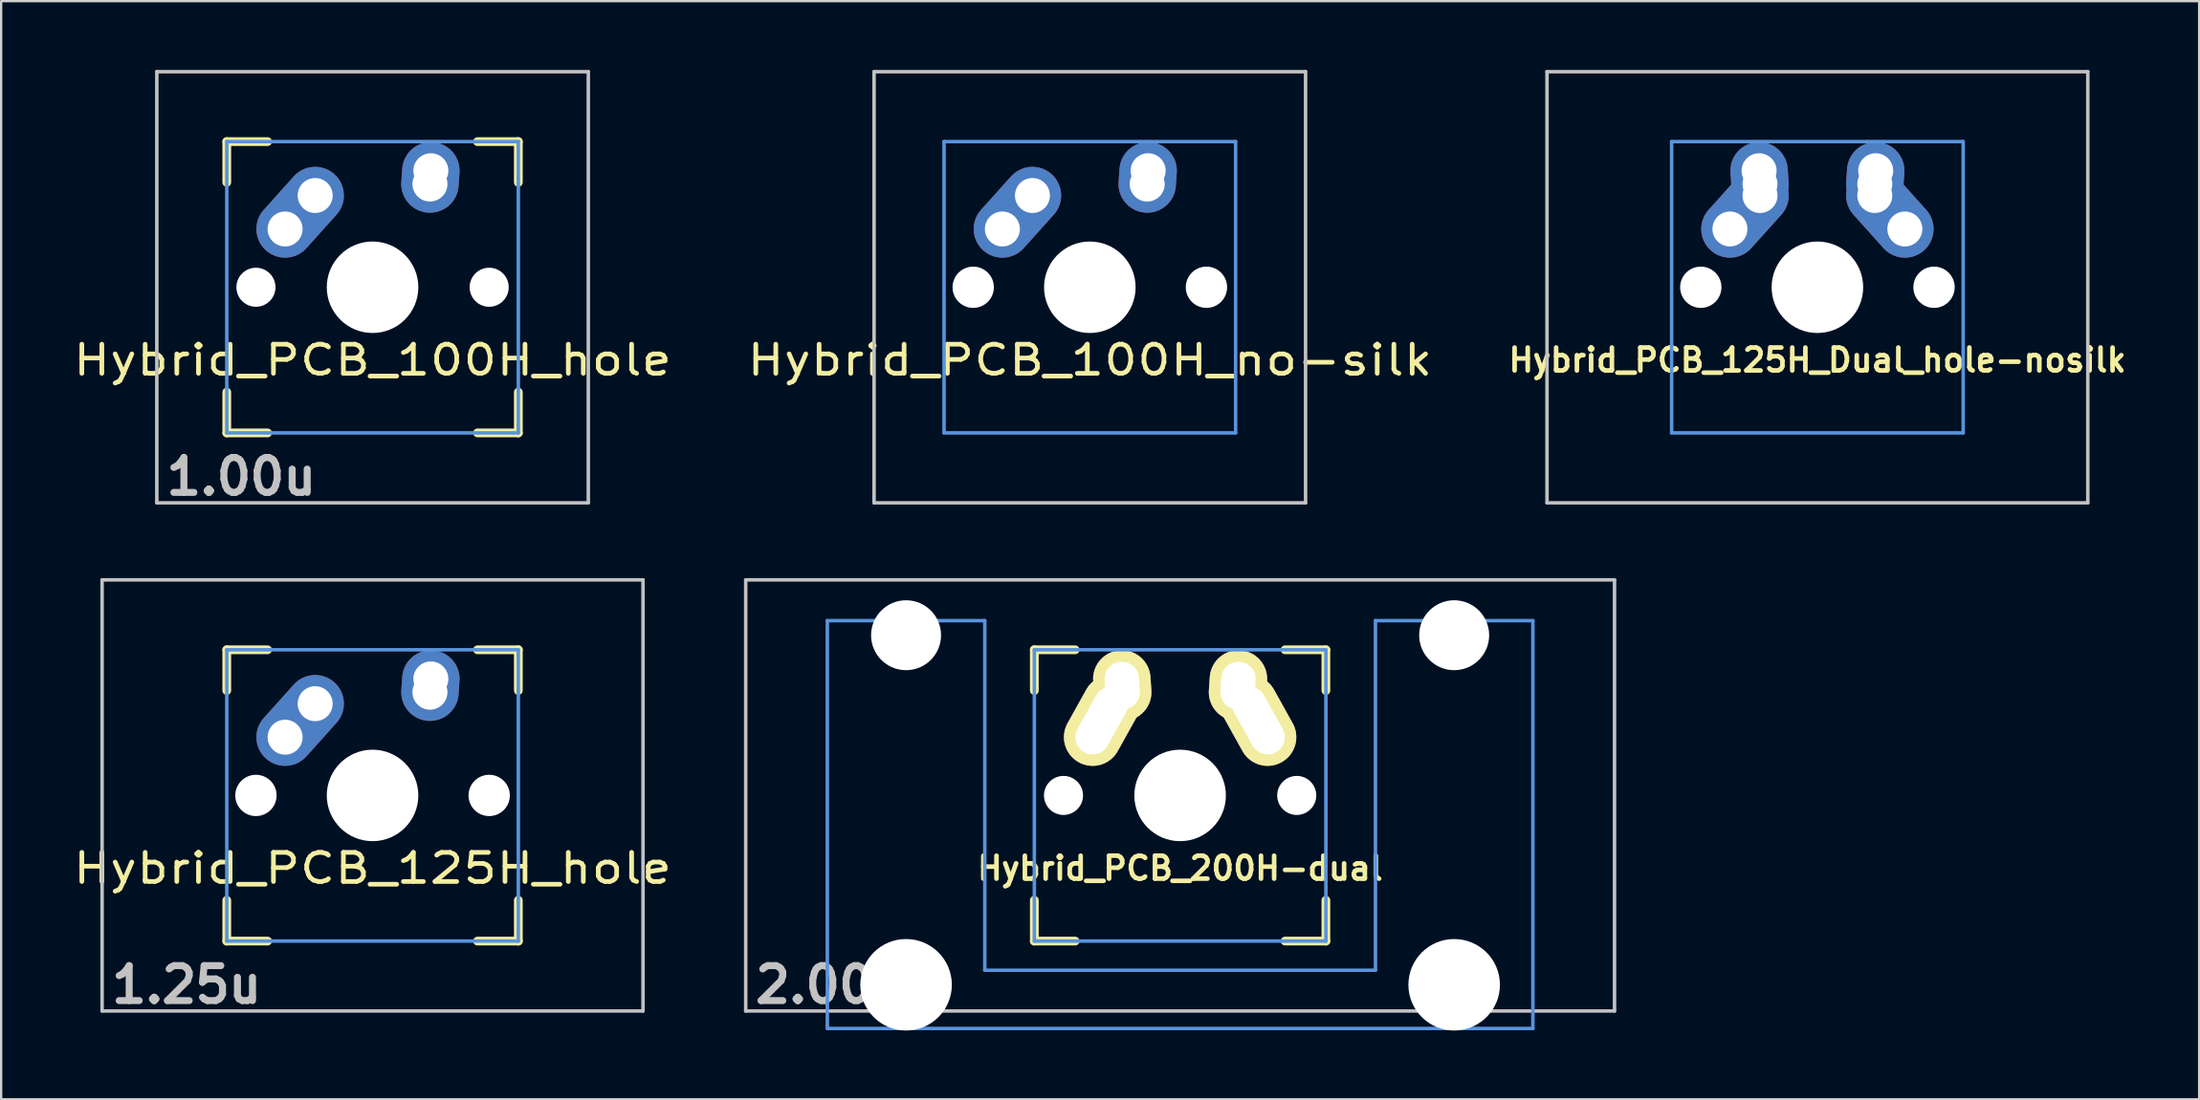
<source format=kicad_pcb>
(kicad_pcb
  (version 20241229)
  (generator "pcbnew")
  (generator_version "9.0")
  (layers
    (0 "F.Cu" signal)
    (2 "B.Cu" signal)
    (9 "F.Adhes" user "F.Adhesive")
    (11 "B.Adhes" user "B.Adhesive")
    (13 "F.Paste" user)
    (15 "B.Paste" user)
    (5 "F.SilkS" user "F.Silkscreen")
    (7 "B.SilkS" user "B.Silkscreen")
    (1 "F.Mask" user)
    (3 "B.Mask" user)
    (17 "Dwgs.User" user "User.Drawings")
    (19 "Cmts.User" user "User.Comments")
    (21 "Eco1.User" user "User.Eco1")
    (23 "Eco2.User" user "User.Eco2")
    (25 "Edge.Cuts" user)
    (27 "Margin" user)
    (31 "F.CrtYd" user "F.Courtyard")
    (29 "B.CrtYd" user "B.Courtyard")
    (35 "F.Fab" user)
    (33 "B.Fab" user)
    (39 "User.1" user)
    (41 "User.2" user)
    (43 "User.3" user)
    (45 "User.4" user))
  (footprint "Hybrid_PCB_200H-dual"
    (layer "F.Cu")
    (at 48.357 31.63)
    (property "Reference" "Hybrid_PCB_200H-dual" (at 0 3.175 0) (layer "F.SilkS") (effects (font (size 1 1) (thickness 0.2))))
    (attr through_hole)
    (fp_line (start -6.35 -6.35) (end -4.572 -6.35) (stroke (width 0.381) (type solid)) (layer "F.SilkS"))
    (fp_line (start -6.35 -4.572) (end -6.35 -6.35) (stroke (width 0.381) (type solid)) (layer "F.SilkS"))
    (fp_line (start -6.35 6.35) (end -6.35 4.572) (stroke (width 0.381) (type solid)) (layer "F.SilkS"))
    (fp_line (start -4.572 6.35) (end -6.35 6.35) (stroke (width 0.381) (type solid)) (layer "F.SilkS"))
    (fp_line (start 4.572 -6.35) (end 6.35 -6.35) (stroke (width 0.381) (type solid)) (layer "F.SilkS"))
    (fp_line (start 6.35 -6.35) (end 6.35 -4.572) (stroke (width 0.381) (type solid)) (layer "F.SilkS"))
    (fp_line (start 6.35 4.572) (end 6.35 6.35) (stroke (width 0.381) (type solid)) (layer "F.SilkS"))
    (fp_line (start 6.35 6.35) (end 4.572 6.35) (stroke (width 0.381) (type solid)) (layer "F.SilkS"))
    (fp_line (start -18.923 -9.398) (end 18.923 -9.398) (stroke (width 0.152) (type solid)) (layer "Dwgs.User"))
    (fp_line (start -18.923 9.398) (end -18.923 -9.398) (stroke (width 0.152) (type solid)) (layer "Dwgs.User"))
    (fp_line (start 18.923 -9.398) (end 18.923 9.398) (stroke (width 0.152) (type solid)) (layer "Dwgs.User"))
    (fp_line (start 18.923 9.398) (end -18.923 9.398) (stroke (width 0.152) (type solid)) (layer "Dwgs.User"))
    (fp_line (start -15.367 -7.62) (end -15.367 10.16) (stroke (width 0.152) (type solid)) (layer "Cmts.User"))
    (fp_line (start -15.367 10.16) (end 15.367 10.16) (stroke (width 0.152) (type solid)) (layer "Cmts.User"))
    (fp_line (start -8.509 -7.62) (end -15.367 -7.62) (stroke (width 0.152) (type solid)) (layer "Cmts.User"))
    (fp_line (start -8.509 7.62) (end -8.509 -7.62) (stroke (width 0.152) (type solid)) (layer "Cmts.User"))
    (fp_line (start -6.35 -6.35) (end 6.35 -6.35) (stroke (width 0.152) (type solid)) (layer "Cmts.User"))
    (fp_line (start -6.35 6.35) (end -6.35 -6.35) (stroke (width 0.152) (type solid)) (layer "Cmts.User"))
    (fp_line (start 6.35 -6.35) (end 6.35 6.35) (stroke (width 0.152) (type solid)) (layer "Cmts.User"))
    (fp_line (start 6.35 6.35) (end -6.35 6.35) (stroke (width 0.152) (type solid)) (layer "Cmts.User"))
    (fp_line (start 8.509 -7.62) (end 8.509 7.62) (stroke (width 0.152) (type solid)) (layer "Cmts.User"))
    (fp_line (start 8.509 7.62) (end -8.509 7.62) (stroke (width 0.152) (type solid)) (layer "Cmts.User"))
    (fp_line (start 15.367 -7.62) (end 8.509 -7.62) (stroke (width 0.152) (type solid)) (layer "Cmts.User"))
    (fp_line (start 15.367 10.16) (end 15.367 -7.62) (stroke (width 0.152) (type solid)) (layer "Cmts.User"))
    (fp_line (start -16.129 -2.286) (end -15.265 -2.286) (stroke (width 0.152) (type solid)) (layer "Eco2.User"))
    (fp_line (start -16.129 0.508) (end -16.129 -2.286) (stroke (width 0.152) (type solid)) (layer "Eco2.User"))
    (fp_line (start -15.265 -5.69) (end -8.611 -5.69) (stroke (width 0.152) (type solid)) (layer "Eco2.User"))
    (fp_line (start -15.265 -2.286) (end -15.265 -5.69) (stroke (width 0.152) (type solid)) (layer "Eco2.User"))
    (fp_line (start -15.265 0.508) (end -16.129 0.508) (stroke (width 0.152) (type solid)) (layer "Eco2.User"))
    (fp_line (start -15.265 6.604) (end -15.265 0.508) (stroke (width 0.152) (type solid)) (layer "Eco2.User"))
    (fp_line (start -14.224 6.604) (end -15.265 6.604) (stroke (width 0.152) (type solid)) (layer "Eco2.User"))
    (fp_line (start -14.224 7.772) (end -14.224 6.604) (stroke (width 0.152) (type solid)) (layer "Eco2.User"))
    (fp_line (start -9.652 6.604) (end -9.652 7.772) (stroke (width 0.152) (type solid)) (layer "Eco2.User"))
    (fp_line (start -9.652 7.772) (end -14.224 7.772) (stroke (width 0.152) (type solid)) (layer "Eco2.User"))
    (fp_line (start -8.611 -5.69) (end -8.611 -4.877) (stroke (width 0.152) (type solid)) (layer "Eco2.User"))
    (fp_line (start -8.611 -4.877) (end -6.985 -4.877) (stroke (width 0.152) (type solid)) (layer "Eco2.User"))
    (fp_line (start -8.611 5.817) (end -8.611 6.604) (stroke (width 0.152) (type solid)) (layer "Eco2.User"))
    (fp_line (start -8.611 6.604) (end -9.652 6.604) (stroke (width 0.152) (type solid)) (layer "Eco2.User"))
    (fp_line (start -6.985 -6.985) (end 6.985 -6.985) (stroke (width 0.152) (type solid)) (layer "Eco2.User"))
    (fp_line (start -6.985 -4.877) (end -6.985 -6.985) (stroke (width 0.152) (type solid)) (layer "Eco2.User"))
    (fp_line (start -6.985 5.817) (end -8.611 5.817) (stroke (width 0.152) (type solid)) (layer "Eco2.User"))
    (fp_line (start -6.985 6.985) (end -6.985 5.817) (stroke (width 0.152) (type solid)) (layer "Eco2.User"))
    (fp_line (start 6.985 -6.985) (end 6.985 -4.877) (stroke (width 0.152) (type solid)) (layer "Eco2.User"))
    (fp_line (start 6.985 -4.877) (end 8.611 -4.877) (stroke (width 0.152) (type solid)) (layer "Eco2.User"))
    (fp_line (start 6.985 5.817) (end 6.985 6.985) (stroke (width 0.152) (type solid)) (layer "Eco2.User"))
    (fp_line (start 6.985 6.985) (end -6.985 6.985) (stroke (width 0.152) (type solid)) (layer "Eco2.User"))
    (fp_line (start 8.611 -5.69) (end 15.265 -5.69) (stroke (width 0.152) (type solid)) (layer "Eco2.User"))
    (fp_line (start 8.611 -4.877) (end 8.611 -5.69) (stroke (width 0.152) (type solid)) (layer "Eco2.User"))
    (fp_line (start 8.611 5.817) (end 6.985 5.817) (stroke (width 0.152) (type solid)) (layer "Eco2.User"))
    (fp_line (start 8.611 6.604) (end 8.611 5.817) (stroke (width 0.152) (type solid)) (layer "Eco2.User"))
    (fp_line (start 9.652 6.604) (end 8.611 6.604) (stroke (width 0.152) (type solid)) (layer "Eco2.User"))
    (fp_line (start 9.652 7.772) (end 9.652 6.604) (stroke (width 0.152) (type solid)) (layer "Eco2.User"))
    (fp_line (start 14.224 6.604) (end 14.224 7.772) (stroke (width 0.152) (type solid)) (layer "Eco2.User"))
    (fp_line (start 14.224 7.772) (end 9.652 7.772) (stroke (width 0.152) (type solid)) (layer "Eco2.User"))
    (fp_line (start 15.265 -5.69) (end 15.265 -2.286) (stroke (width 0.152) (type solid)) (layer "Eco2.User"))
    (fp_line (start 15.265 -2.286) (end 16.129 -2.286) (stroke (width 0.152) (type solid)) (layer "Eco2.User"))
    (fp_line (start 15.265 0.508) (end 15.265 6.604) (stroke (width 0.152) (type solid)) (layer "Eco2.User"))
    (fp_line (start 15.265 6.604) (end 14.224 6.604) (stroke (width 0.152) (type solid)) (layer "Eco2.User"))
    (fp_line (start 16.129 -2.286) (end 16.129 0.508) (stroke (width 0.152) (type solid)) (layer "Eco2.User"))
    (fp_line (start 16.129 0.508) (end 15.265 0.508) (stroke (width 0.152) (type solid)) (layer "Eco2.User"))
    (fp_text user "2.00u" (at -15.24 8.255 0) (layer "Dwgs.User") (effects (font (size 1.524 1.524) (thickness 0.305))))
    (pad "" np_thru_hole circle (at -11.938 -6.985) (size 3.048 3.048) (drill 3.048) (layers "*.Cu"))
    (pad "" np_thru_hole circle (at -11.938 8.255) (size 3.988 3.988) (drill 3.988) (layers "*.Cu"))
    (pad "" np_thru_hole circle (at -5.08 0) (size 1.702 1.702) (drill 1.702) (layers "*.Cu"))
    (pad "" np_thru_hole circle (at 0 0) (size 3.988 3.988) (drill 3.988) (layers "*.Cu"))
    (pad "" np_thru_hole circle (at 5.08 0) (size 1.702 1.702) (drill 1.702) (layers "*.Cu"))
    (pad "" np_thru_hole circle (at 11.938 -6.985) (size 3.048 3.048) (drill 3.048) (layers "*.Cu"))
    (pad "" np_thru_hole circle (at 11.938 8.255) (size 3.988 3.988) (drill 3.988) (layers "*.Cu"))
    (pad "1" thru_hole oval (at -3.405 -3.27 330.95) (size 2.5 4.17) (drill oval 1.5 3.17) (layers "*.Cu" "*.Mask" "F.SilkS"))
    (pad "1" thru_hole oval (at -2.52 -4.79 3.9) (size 2.5 3.08) (drill oval 1.5 2.08) (layers "*.Cu" "*.Mask" "F.SilkS"))
    (pad "2" thru_hole oval (at 2.52 -4.79 356.1) (size 2.5 3.08) (drill oval 1.5 2.08) (layers "*.Cu" "*.Mask" "F.SilkS"))
    (pad "2" thru_hole oval (at 3.405 -3.27 29.05) (size 2.5 4.17) (drill oval 1.5 3.17) (layers "*.Cu" "*.Mask" "F.SilkS")))
  (footprint "Hybrid_PCB_125H_hole"
    (layer "F.Cu")
    (at 13.179 31.63)
    (property "Reference" "Hybrid_PCB_125H_hole" (at 0 3.175 0) (layer "F.SilkS") (effects (font (size 1.27 1.524) (thickness 0.203))))
    (attr through_hole)
    (fp_line (start -6.35 -6.35) (end -4.572 -6.35) (stroke (width 0.381) (type solid)) (layer "F.SilkS"))
    (fp_line (start -6.35 -4.572) (end -6.35 -6.35) (stroke (width 0.381) (type solid)) (layer "F.SilkS"))
    (fp_line (start -6.35 6.35) (end -6.35 4.572) (stroke (width 0.381) (type solid)) (layer "F.SilkS"))
    (fp_line (start -4.572 6.35) (end -6.35 6.35) (stroke (width 0.381) (type solid)) (layer "F.SilkS"))
    (fp_line (start 4.572 -6.35) (end 6.35 -6.35) (stroke (width 0.381) (type solid)) (layer "F.SilkS"))
    (fp_line (start 6.35 -6.35) (end 6.35 -4.572) (stroke (width 0.381) (type solid)) (layer "F.SilkS"))
    (fp_line (start 6.35 4.572) (end 6.35 6.35) (stroke (width 0.381) (type solid)) (layer "F.SilkS"))
    (fp_line (start 6.35 6.35) (end 4.572 6.35) (stroke (width 0.381) (type solid)) (layer "F.SilkS"))
    (fp_line (start -11.781 -9.398) (end 11.781 -9.398) (stroke (width 0.152) (type solid)) (layer "Dwgs.User"))
    (fp_line (start -11.781 9.398) (end -11.781 -9.398) (stroke (width 0.152) (type solid)) (layer "Dwgs.User"))
    (fp_line (start 11.781 -9.398) (end 11.781 9.398) (stroke (width 0.152) (type solid)) (layer "Dwgs.User"))
    (fp_line (start 11.781 9.398) (end -11.781 9.398) (stroke (width 0.152) (type solid)) (layer "Dwgs.User"))
    (fp_line (start -6.35 -6.35) (end 6.35 -6.35) (stroke (width 0.152) (type solid)) (layer "Cmts.User"))
    (fp_line (start -6.35 6.35) (end -6.35 -6.35) (stroke (width 0.152) (type solid)) (layer "Cmts.User"))
    (fp_line (start 6.35 -6.35) (end 6.35 6.35) (stroke (width 0.152) (type solid)) (layer "Cmts.User"))
    (fp_line (start 6.35 6.35) (end -6.35 6.35) (stroke (width 0.152) (type solid)) (layer "Cmts.User"))
    (fp_line (start -6.985 -6.985) (end 6.985 -6.985) (stroke (width 0.152) (type solid)) (layer "Eco2.User"))
    (fp_line (start -6.985 6.985) (end -6.985 -6.985) (stroke (width 0.152) (type solid)) (layer "Eco2.User"))
    (fp_line (start 6.985 -6.985) (end 6.985 6.985) (stroke (width 0.152) (type solid)) (layer "Eco2.User"))
    (fp_line (start 6.985 6.985) (end -6.985 6.985) (stroke (width 0.152) (type solid)) (layer "Eco2.User"))
    (fp_text user "1.25u" (at -8.098 8.255 0) (layer "Dwgs.User") (effects (font (size 1.524 1.524) (thickness 0.305))))
    (pad "" np_thru_hole circle (at -5.08 0) (size 1.8 1.8) (drill 1.8) (layers "*.Cu"))
    (pad "" np_thru_hole circle (at 0 0) (size 3.988 3.988) (drill 3.988) (layers "*.Cu"))
    (pad "" np_thru_hole circle (at 5.08 0) (size 1.8 1.8) (drill 1.8) (layers "*.Cu"))
    (pad "1" thru_hole circle (at -3.81 -2.54 330.95) (size 2 2) (drill 1.524) (layers "*.Cu" "*.Mask"))
    (pad "1" thru_hole oval (at -3.155 -3.27 138.1) (size 2.5 4.462) (drill 0.001) (layers "*.Cu" "*.Mask"))
    (pad "1" thru_hole circle (at -2.5 -4 330.95) (size 2 2) (drill 1.524) (layers "*.Cu" "*.Mask"))
    (pad "2" thru_hole circle (at 2.5 -4.5 330.95) (size 2 2) (drill 1.524) (layers "*.Cu" "*.Mask"))
    (pad "2" thru_hole oval (at 2.52 -4.79 356.055) (size 2.5 3.081) (drill 0.001) (layers "*.Cu" "*.Mask"))
    (pad "2" thru_hole circle (at 2.54 -5.08 330.95) (size 2 2) (drill 1.524) (layers "*.Cu" "*.Mask")))
  (footprint "Hybrid_PCB_125H_Dual_hole-nosilk"
    (layer "F.Cu")
    (at 76.118 9.474)
    (property "Reference" "Hybrid_PCB_125H_Dual_hole-nosilk" (at 0 3.175 0) (layer "F.SilkS") (effects (font (size 1 1) (thickness 0.2))))
    (attr through_hole)
    (fp_line (start -11.779 -9.398) (end 11.779 -9.398) (stroke (width 0.152) (type solid)) (layer "Dwgs.User"))
    (fp_line (start -11.779 9.398) (end -11.779 -9.398) (stroke (width 0.152) (type solid)) (layer "Dwgs.User"))
    (fp_line (start 11.779 -9.398) (end 11.779 9.398) (stroke (width 0.152) (type solid)) (layer "Dwgs.User"))
    (fp_line (start 11.779 9.398) (end -11.779 9.398) (stroke (width 0.152) (type solid)) (layer "Dwgs.User"))
    (fp_line (start -6.35 -6.35) (end 6.35 -6.35) (stroke (width 0.152) (type solid)) (layer "Cmts.User"))
    (fp_line (start -6.35 6.35) (end -6.35 -6.35) (stroke (width 0.152) (type solid)) (layer "Cmts.User"))
    (fp_line (start 6.35 -6.35) (end 6.35 6.35) (stroke (width 0.152) (type solid)) (layer "Cmts.User"))
    (fp_line (start 6.35 6.35) (end -6.35 6.35) (stroke (width 0.152) (type solid)) (layer "Cmts.User"))
    (fp_line (start -6.985 -6.985) (end 6.985 -6.985) (stroke (width 0.152) (type solid)) (layer "Eco2.User"))
    (fp_line (start -6.985 6.985) (end -6.985 -6.985) (stroke (width 0.152) (type solid)) (layer "Eco2.User"))
    (fp_line (start 6.985 -6.985) (end 6.985 6.985) (stroke (width 0.152) (type solid)) (layer "Eco2.User"))
    (fp_line (start 6.985 6.985) (end -6.985 6.985) (stroke (width 0.152) (type solid)) (layer "Eco2.User"))
    (pad "" np_thru_hole circle (at -5.08 0) (size 1.8 1.8) (drill 1.8) (layers "*.Cu"))
    (pad "" np_thru_hole circle (at 0 0) (size 3.988 3.988) (drill 3.988) (layers "*.Cu"))
    (pad "" np_thru_hole circle (at 5.08 0) (size 1.8 1.8) (drill 1.8) (layers "*.Cu"))
    (pad "1" thru_hole circle (at -3.81 -2.54 330.95) (size 2 2) (drill 1.524) (layers "*.Cu" "*.Mask"))
    (pad "1" thru_hole oval (at -3.155 -3.27 138.1) (size 2.5 4.462) (drill 0.001) (layers "*.Cu" "*.Mask"))
    (pad "1" thru_hole circle (at -2.54 -5.08 330.95) (size 2 2) (drill 1.524) (layers "*.Cu" "*.Mask"))
    (pad "1" thru_hole oval (at -2.52 -4.79 3.945) (size 2.5 3.081) (drill 0.001) (layers "*.Cu" "*.Mask"))
    (pad "1" thru_hole circle (at -2.5 -4.5 330.95) (size 2 2) (drill 1.524) (layers "*.Cu" "*.Mask"))
    (pad "1" thru_hole circle (at -2.5 -4 330.95) (size 2 2) (drill 1.524) (layers "*.Cu" "*.Mask"))
    (pad "2" thru_hole circle (at 2.5 -4.5 330.95) (size 2 2) (drill 1.524) (layers "*.Cu" "*.Mask"))
    (pad "2" thru_hole circle (at 2.5 -4) (size 2 2) (drill 1.524) (layers "*.Cu" "*.Mask"))
    (pad "2" thru_hole oval (at 2.52 -4.79 356.055) (size 2.5 3.081) (drill 0.001) (layers "*.Cu" "*.Mask"))
    (pad "2" thru_hole circle (at 2.54 -5.08 330.95) (size 2 2) (drill 1.524) (layers "*.Cu" "*.Mask"))
    (pad "2" thru_hole oval (at 3.155 -3.27 221.9) (size 2.5 4.462) (drill 0.001) (layers "*.Cu" "*.Mask"))
    (pad "2" thru_hole circle (at 3.81 -2.54 330.95) (size 2 2) (drill 1.524) (layers "*.Cu" "*.Mask")))
  (footprint "Hybrid_PCB_100H_no-silk"
    (layer "F.Cu")
    (at 44.424 9.474)
    (property "Reference" "Hybrid_PCB_100H_no-silk" (at 0 3.175 0) (layer "F.SilkS") (effects (font (size 1.27 1.524) (thickness 0.203))))
    (attr through_hole)
    (fp_line (start -9.398 -9.398) (end 9.398 -9.398) (stroke (width 0.152) (type solid)) (layer "Dwgs.User"))
    (fp_line (start -9.398 9.398) (end -9.398 -9.398) (stroke (width 0.152) (type solid)) (layer "Dwgs.User"))
    (fp_line (start 9.398 -9.398) (end 9.398 9.398) (stroke (width 0.152) (type solid)) (layer "Dwgs.User"))
    (fp_line (start 9.398 9.398) (end -9.398 9.398) (stroke (width 0.152) (type solid)) (layer "Dwgs.User"))
    (fp_line (start -6.35 -6.35) (end 6.35 -6.35) (stroke (width 0.152) (type solid)) (layer "Cmts.User"))
    (fp_line (start -6.35 6.35) (end -6.35 -6.35) (stroke (width 0.152) (type solid)) (layer "Cmts.User"))
    (fp_line (start 6.35 -6.35) (end 6.35 6.35) (stroke (width 0.152) (type solid)) (layer "Cmts.User"))
    (fp_line (start 6.35 6.35) (end -6.35 6.35) (stroke (width 0.152) (type solid)) (layer "Cmts.User"))
    (fp_line (start -6.985 -6.985) (end 6.985 -6.985) (stroke (width 0.152) (type solid)) (layer "Eco2.User"))
    (fp_line (start -6.985 6.985) (end -6.985 -6.985) (stroke (width 0.152) (type solid)) (layer "Eco2.User"))
    (fp_line (start 6.985 -6.985) (end 6.985 6.985) (stroke (width 0.152) (type solid)) (layer "Eco2.User"))
    (fp_line (start 6.985 6.985) (end -6.985 6.985) (stroke (width 0.152) (type solid)) (layer "Eco2.User"))
    (pad "" np_thru_hole circle (at -5.08 0) (size 1.8 1.8) (drill 1.8) (layers "*.Cu"))
    (pad "" np_thru_hole circle (at 0 0) (size 3.988 3.988) (drill 3.988) (layers "*.Cu"))
    (pad "" np_thru_hole circle (at 5.08 0) (size 1.8 1.8) (drill 1.8) (layers "*.Cu"))
    (pad "1" thru_hole circle (at -3.81 -2.54 330.95) (size 2 2) (drill 1.524) (layers "*.Cu" "*.Mask"))
    (pad "1" thru_hole oval (at -3.155 -3.27 138.1) (size 2.5 4.462) (drill 0.001) (layers "*.Cu" "*.Mask"))
    (pad "1" thru_hole circle (at -2.5 -4 330.95) (size 2 2) (drill 1.524) (layers "*.Cu" "*.Mask"))
    (pad "2" thru_hole circle (at 2.5 -4.5 330.95) (size 2 2) (drill 1.524) (layers "*.Cu" "*.Mask"))
    (pad "2" thru_hole oval (at 2.52 -4.79 356.055) (size 2.5 3.081) (drill 0.001) (layers "*.Cu" "*.Mask"))
    (pad "2" thru_hole circle (at 2.54 -5.08 330.95) (size 2 2) (drill 1.524) (layers "*.Cu" "*.Mask")))
  (footprint "Hybrid_PCB_100H_hole"
    (layer "F.Cu")
    (at 13.179 9.474)
    (property "Reference" "Hybrid_PCB_100H_hole" (at 0 3.175 0) (layer "F.SilkS") (effects (font (size 1.27 1.524) (thickness 0.203))))
    (attr through_hole)
    (fp_line (start -6.35 -6.35) (end -4.572 -6.35) (stroke (width 0.381) (type solid)) (layer "F.SilkS"))
    (fp_line (start -6.35 -4.572) (end -6.35 -6.35) (stroke (width 0.381) (type solid)) (layer "F.SilkS"))
    (fp_line (start -6.35 6.35) (end -6.35 4.572) (stroke (width 0.381) (type solid)) (layer "F.SilkS"))
    (fp_line (start -4.572 6.35) (end -6.35 6.35) (stroke (width 0.381) (type solid)) (layer "F.SilkS"))
    (fp_line (start 4.572 -6.35) (end 6.35 -6.35) (stroke (width 0.381) (type solid)) (layer "F.SilkS"))
    (fp_line (start 6.35 -6.35) (end 6.35 -4.572) (stroke (width 0.381) (type solid)) (layer "F.SilkS"))
    (fp_line (start 6.35 4.572) (end 6.35 6.35) (stroke (width 0.381) (type solid)) (layer "F.SilkS"))
    (fp_line (start 6.35 6.35) (end 4.572 6.35) (stroke (width 0.381) (type solid)) (layer "F.SilkS"))
    (fp_line (start -9.398 -9.398) (end 9.398 -9.398) (stroke (width 0.152) (type solid)) (layer "Dwgs.User"))
    (fp_line (start -9.398 9.398) (end -9.398 -9.398) (stroke (width 0.152) (type solid)) (layer "Dwgs.User"))
    (fp_line (start 9.398 -9.398) (end 9.398 9.398) (stroke (width 0.152) (type solid)) (layer "Dwgs.User"))
    (fp_line (start 9.398 9.398) (end -9.398 9.398) (stroke (width 0.152) (type solid)) (layer "Dwgs.User"))
    (fp_line (start -6.35 -6.35) (end 6.35 -6.35) (stroke (width 0.152) (type solid)) (layer "Cmts.User"))
    (fp_line (start -6.35 6.35) (end -6.35 -6.35) (stroke (width 0.152) (type solid)) (layer "Cmts.User"))
    (fp_line (start 6.35 -6.35) (end 6.35 6.35) (stroke (width 0.152) (type solid)) (layer "Cmts.User"))
    (fp_line (start 6.35 6.35) (end -6.35 6.35) (stroke (width 0.152) (type solid)) (layer "Cmts.User"))
    (fp_line (start -6.985 -6.985) (end 6.985 -6.985) (stroke (width 0.152) (type solid)) (layer "Eco2.User"))
    (fp_line (start -6.985 6.985) (end -6.985 -6.985) (stroke (width 0.152) (type solid)) (layer "Eco2.User"))
    (fp_line (start 6.985 -6.985) (end 6.985 6.985) (stroke (width 0.152) (type solid)) (layer "Eco2.User"))
    (fp_line (start 6.985 6.985) (end -6.985 6.985) (stroke (width 0.152) (type solid)) (layer "Eco2.User"))
    (fp_text user "1.00u" (at -5.715 8.255 0) (layer "Dwgs.User") (effects (font (size 1.524 1.524) (thickness 0.305))))
    (pad "" np_thru_hole circle (at -5.08 0) (size 1.702 1.702) (drill 1.702) (layers "*.Cu"))
    (pad "" np_thru_hole circle (at 0 0) (size 3.988 3.988) (drill 3.988) (layers "*.Cu"))
    (pad "" np_thru_hole circle (at 5.08 0) (size 1.702 1.702) (drill 1.702) (layers "*.Cu"))
    (pad "1" thru_hole circle (at -3.81 -2.54 330.95) (size 2 2) (drill 1.524) (layers "*.Cu" "*.Mask"))
    (pad "1" thru_hole oval (at -3.155 -3.27 138.1) (size 2.5 4.462) (drill 0.001) (layers "*.Cu" "*.Mask"))
    (pad "1" thru_hole circle (at -2.5 -4 330.95) (size 2 2) (drill 1.524) (layers "*.Cu" "*.Mask"))
    (pad "2" thru_hole circle (at 2.5 -4.5 330.95) (size 2 2) (drill 1.524) (layers "*.Cu" "*.Mask"))
    (pad "2" thru_hole oval (at 2.52 -4.79 356.055) (size 2.5 3.081) (drill 0.001) (layers "*.Cu" "*.Mask"))
    (pad "2" thru_hole circle (at 2.54 -5.08 330.95) (size 2 2) (drill 1.524) (layers "*.Cu" "*.Mask")))
  (gr_rect
    (start -3 -3)
    (end 92.747 44.879)
    (stroke (width 0.1) (type default))
    (fill no)
    (layer "Edge.Cuts")))
</source>
